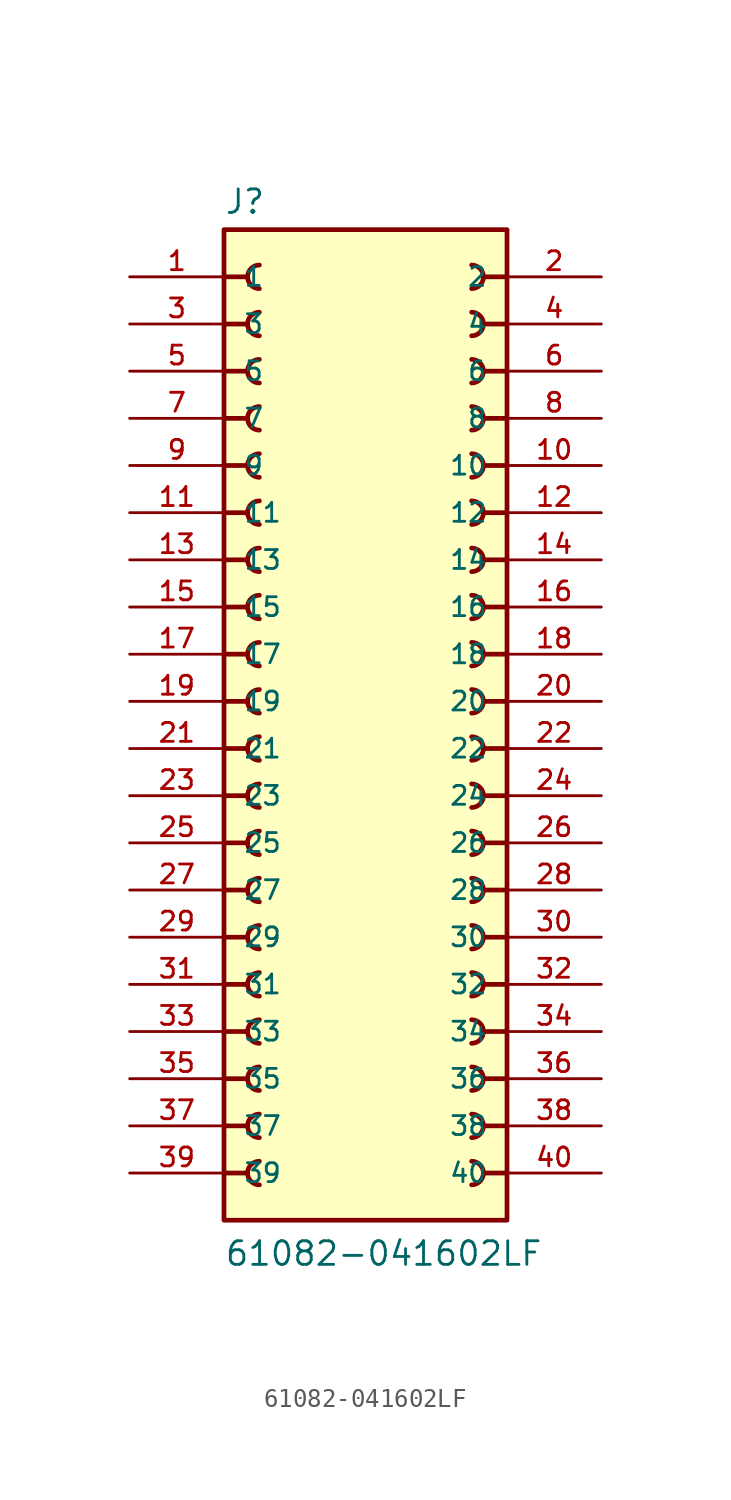
<source format=kicad_sym>
(kicad_symbol_lib
  (version 20211014)
  (generator kicad_symbol_editor)
  (symbol "61082-041602LF"
    (pin_names
      (offset 1.016))
    (property "Reference" "J"
      (at -7.62 26.162 0)
      (effects (font (size 1.27 1.27)) (justify bottom left)))
    (property "Value" "61082-041602LF"
      (at -7.62 -30.48 0)
      (effects (font (size 1.27 1.27)) (justify bottom left)))
    (symbol "61082-041602LF_0_0"
      (polyline (pts (xy 7.62 22.86) (xy 6.35 22.86)) (stroke (width 0.254)))
      (arc (start 5.715 22.225) (mid 6.35 22.86) (end 5.715 23.495) (stroke (width 0.254) (type default) (color 0 0 0 0)) (fill (type none)))
      (polyline (pts (xy 7.62 20.32) (xy 6.35 20.32)) (stroke (width 0.254)))
      (arc (start 5.715 19.685) (mid 6.35 20.32) (end 5.715 20.955) (stroke (width 0.254) (type default) (color 0 0 0 0)) (fill (type none)))
      (polyline (pts (xy 7.62 17.78) (xy 6.35 17.78)) (stroke (width 0.254)))
      (arc (start 5.715 17.145) (mid 6.35 17.78) (end 5.715 18.415) (stroke (width 0.254) (type default) (color 0 0 0 0)) (fill (type none)))
      (polyline (pts (xy 7.62 15.24) (xy 6.35 15.24)) (stroke (width 0.254)))
      (arc (start 5.715 14.605) (mid 6.35 15.24) (end 5.715 15.875) (stroke (width 0.254) (type default) (color 0 0 0 0)) (fill (type none)))
      (polyline (pts (xy 7.62 12.7) (xy 6.35 12.7)) (stroke (width 0.254)))
      (arc (start 5.715 12.065) (mid 6.35 12.7) (end 5.715 13.335) (stroke (width 0.254) (type default) (color 0 0 0 0)) (fill (type none)))
      (polyline (pts (xy 7.62 10.16) (xy 6.35 10.16)) (stroke (width 0.254)))
      (arc (start 5.715 9.525) (mid 6.35 10.16) (end 5.715 10.795) (stroke (width 0.254) (type default) (color 0 0 0 0)) (fill (type none)))
      (polyline (pts (xy 7.62 7.62) (xy 6.35 7.62)) (stroke (width 0.254)))
      (arc (start 5.715 6.985) (mid 6.35 7.62) (end 5.715 8.255) (stroke (width 0.254) (type default) (color 0 0 0 0)) (fill (type none)))
      (polyline (pts (xy 7.62 5.08) (xy 6.35 5.08)) (stroke (width 0.254)))
      (arc (start 5.715 4.445) (mid 6.35 5.08) (end 5.715 5.715) (stroke (width 0.254) (type default) (color 0 0 0 0)) (fill (type none)))
      (polyline (pts (xy 7.62 2.54) (xy 6.35 2.54)) (stroke (width 0.254)))
      (arc (start 5.715 1.905) (mid 6.35 2.54) (end 5.715 3.175) (stroke (width 0.254) (type default) (color 0 0 0 0)) (fill (type none)))
      (polyline (pts (xy 7.62 0.0) (xy 6.35 0.0)) (stroke (width 0.254)))
      (arc (start 5.715 -0.635) (mid 6.35 0.0) (end 5.715 0.635) (stroke (width 0.254) (type default) (color 0 0 0 0)) (fill (type none)))
      (polyline (pts (xy -7.62 0.0) (xy -6.35 0.0)) (stroke (width 0.254)))
      (arc (start -5.715 0.635) (mid -6.35 -0.0) (end -5.715 -0.635) (stroke (width 0.254) (type default) (color 0 0 0 0)) (fill (type none)))
      (polyline (pts (xy -7.62 2.54) (xy -6.35 2.54)) (stroke (width 0.254)))
      (arc (start -5.715 3.175) (mid -6.35 2.54) (end -5.715 1.905) (stroke (width 0.254) (type default) (color 0 0 0 0)) (fill (type none)))
      (polyline (pts (xy -7.62 5.08) (xy -6.35 5.08)) (stroke (width 0.254)))
      (arc (start -5.715 5.715) (mid -6.35 5.08) (end -5.715 4.445) (stroke (width 0.254) (type default) (color 0 0 0 0)) (fill (type none)))
      (polyline (pts (xy -7.62 7.62) (xy -6.35 7.62)) (stroke (width 0.254)))
      (arc (start -5.715 8.255) (mid -6.35 7.62) (end -5.715 6.985) (stroke (width 0.254) (type default) (color 0 0 0 0)) (fill (type none)))
      (polyline (pts (xy -7.62 10.16) (xy -6.35 10.16)) (stroke (width 0.254)))
      (arc (start -5.715 10.795) (mid -6.35 10.16) (end -5.715 9.525) (stroke (width 0.254) (type default) (color 0 0 0 0)) (fill (type none)))
      (polyline (pts (xy -7.62 12.7) (xy -6.35 12.7)) (stroke (width 0.254)))
      (arc (start -5.715 13.335) (mid -6.35 12.7) (end -5.715 12.065) (stroke (width 0.254) (type default) (color 0 0 0 0)) (fill (type none)))
      (polyline (pts (xy -7.62 15.24) (xy -6.35 15.24)) (stroke (width 0.254)))
      (arc (start -5.715 15.875) (mid -6.35 15.24) (end -5.715 14.605) (stroke (width 0.254) (type default) (color 0 0 0 0)) (fill (type none)))
      (polyline (pts (xy -7.62 17.78) (xy -6.35 17.78)) (stroke (width 0.254)))
      (arc (start -5.715 18.415) (mid -6.35 17.78) (end -5.715 17.145) (stroke (width 0.254) (type default) (color 0 0 0 0)) (fill (type none)))
      (polyline (pts (xy -7.62 20.32) (xy -6.35 20.32)) (stroke (width 0.254)))
      (arc (start -5.715 20.955) (mid -6.35 20.32) (end -5.715 19.685) (stroke (width 0.254) (type default) (color 0 0 0 0)) (fill (type none)))
      (polyline (pts (xy -7.62 22.86) (xy -6.35 22.86)) (stroke (width 0.254)))
      (arc (start -5.715 23.495) (mid -6.35 22.86) (end -5.715 22.225) (stroke (width 0.254) (type default) (color 0 0 0 0)) (fill (type none)))
      (polyline (pts (xy -7.62 -25.4) (xy -6.35 -25.4)) (stroke (width 0.254)))
      (arc (start -5.715 -24.765) (mid -6.35 -25.4) (end -5.715 -26.035) (stroke (width 0.254) (type default) (color 0 0 0 0)) (fill (type none)))
      (polyline (pts (xy -7.62 -22.86) (xy -6.35 -22.86)) (stroke (width 0.254)))
      (arc (start -5.715 -22.225) (mid -6.35 -22.86) (end -5.715 -23.495) (stroke (width 0.254) (type default) (color 0 0 0 0)) (fill (type none)))
      (polyline (pts (xy -7.62 -20.32) (xy -6.35 -20.32)) (stroke (width 0.254)))
      (arc (start -5.715 -19.685) (mid -6.35 -20.32) (end -5.715 -20.955) (stroke (width 0.254) (type default) (color 0 0 0 0)) (fill (type none)))
      (polyline (pts (xy -7.62 -17.78) (xy -6.35 -17.78)) (stroke (width 0.254)))
      (arc (start -5.715 -17.145) (mid -6.35 -17.78) (end -5.715 -18.415) (stroke (width 0.254) (type default) (color 0 0 0 0)) (fill (type none)))
      (polyline (pts (xy -7.62 -15.24) (xy -6.35 -15.24)) (stroke (width 0.254)))
      (arc (start -5.715 -14.605) (mid -6.35 -15.24) (end -5.715 -15.875) (stroke (width 0.254) (type default) (color 0 0 0 0)) (fill (type none)))
      (polyline (pts (xy -7.62 -12.7) (xy -6.35 -12.7)) (stroke (width 0.254)))
      (arc (start -5.715 -12.065) (mid -6.35 -12.7) (end -5.715 -13.335) (stroke (width 0.254) (type default) (color 0 0 0 0)) (fill (type none)))
      (polyline (pts (xy -7.62 -10.16) (xy -6.35 -10.16)) (stroke (width 0.254)))
      (arc (start -5.715 -9.525) (mid -6.35 -10.16) (end -5.715 -10.795) (stroke (width 0.254) (type default) (color 0 0 0 0)) (fill (type none)))
      (polyline (pts (xy -7.62 -7.62) (xy -6.35 -7.62)) (stroke (width 0.254)))
      (arc (start -5.715 -6.985) (mid -6.35 -7.62) (end -5.715 -8.255) (stroke (width 0.254) (type default) (color 0 0 0 0)) (fill (type none)))
      (polyline (pts (xy -7.62 -5.08) (xy -6.35 -5.08)) (stroke (width 0.254)))
      (arc (start -5.715 -4.445) (mid -6.35 -5.08) (end -5.715 -5.715) (stroke (width 0.254) (type default) (color 0 0 0 0)) (fill (type none)))
      (polyline (pts (xy -7.62 -2.54) (xy -6.35 -2.54)) (stroke (width 0.254)))
      (arc (start -5.715 -1.905) (mid -6.35 -2.54) (end -5.715 -3.175) (stroke (width 0.254) (type default) (color 0 0 0 0)) (fill (type none)))
      (polyline (pts (xy 7.62 -2.54) (xy 6.35 -2.54)) (stroke (width 0.254)))
      (arc (start 5.715 -3.175) (mid 6.35 -2.54) (end 5.715 -1.905) (stroke (width 0.254) (type default) (color 0 0 0 0)) (fill (type none)))
      (polyline (pts (xy 7.62 -5.08) (xy 6.35 -5.08)) (stroke (width 0.254)))
      (arc (start 5.715 -5.715) (mid 6.35 -5.08) (end 5.715 -4.445) (stroke (width 0.254) (type default) (color 0 0 0 0)) (fill (type none)))
      (polyline (pts (xy 7.62 -7.62) (xy 6.35 -7.62)) (stroke (width 0.254)))
      (arc (start 5.715 -8.255) (mid 6.35 -7.62) (end 5.715 -6.985) (stroke (width 0.254) (type default) (color 0 0 0 0)) (fill (type none)))
      (polyline (pts (xy 7.62 -10.16) (xy 6.35 -10.16)) (stroke (width 0.254)))
      (arc (start 5.715 -10.795) (mid 6.35 -10.16) (end 5.715 -9.525) (stroke (width 0.254) (type default) (color 0 0 0 0)) (fill (type none)))
      (polyline (pts (xy 7.62 -12.7) (xy 6.35 -12.7)) (stroke (width 0.254)))
      (arc (start 5.715 -13.335) (mid 6.35 -12.7) (end 5.715 -12.065) (stroke (width 0.254) (type default) (color 0 0 0 0)) (fill (type none)))
      (polyline (pts (xy 7.62 -15.24) (xy 6.35 -15.24)) (stroke (width 0.254)))
      (arc (start 5.715 -15.875) (mid 6.35 -15.24) (end 5.715 -14.605) (stroke (width 0.254) (type default) (color 0 0 0 0)) (fill (type none)))
      (polyline (pts (xy 7.62 -17.78) (xy 6.35 -17.78)) (stroke (width 0.254)))
      (arc (start 5.715 -18.415) (mid 6.35 -17.78) (end 5.715 -17.145) (stroke (width 0.254) (type default) (color 0 0 0 0)) (fill (type none)))
      (polyline (pts (xy 7.62 -20.32) (xy 6.35 -20.32)) (stroke (width 0.254)))
      (arc (start 5.715 -20.955) (mid 6.35 -20.32) (end 5.715 -19.685) (stroke (width 0.254) (type default) (color 0 0 0 0)) (fill (type none)))
      (polyline (pts (xy 7.62 -22.86) (xy 6.35 -22.86)) (stroke (width 0.254)))
      (arc (start 5.715 -23.495) (mid 6.35 -22.86) (end 5.715 -22.225) (stroke (width 0.254) (type default) (color 0 0 0 0)) (fill (type none)))
      (polyline (pts (xy 7.62 -25.4) (xy 6.35 -25.4)) (stroke (width 0.254)))
      (arc (start 5.715 -26.035) (mid 6.35 -25.4) (end 5.715 -24.765) (stroke (width 0.254) (type default) (color 0 0 0 0)) (fill (type none)))
      (rectangle (start -7.62 -27.94) (end 7.62 25.4) (stroke (width 0.254)) (fill (type background)))
      (pin passive line (at -12.7 22.86 0) (length 5.08) (name "1" (effects (font (size 1.016 1.016)))) (number "1" (effects (font (size 1.016 1.016)))))
      (pin passive line (at 12.7 22.86 180.0) (length 5.08) (name "2" (effects (font (size 1.016 1.016)))) (number "2" (effects (font (size 1.016 1.016)))))
      (pin passive line (at -12.7 20.32 0) (length 5.08) (name "3" (effects (font (size 1.016 1.016)))) (number "3" (effects (font (size 1.016 1.016)))))
      (pin passive line (at 12.7 20.32 180.0) (length 5.08) (name "4" (effects (font (size 1.016 1.016)))) (number "4" (effects (font (size 1.016 1.016)))))
      (pin passive line (at -12.7 17.78 0) (length 5.08) (name "5" (effects (font (size 1.016 1.016)))) (number "5" (effects (font (size 1.016 1.016)))))
      (pin passive line (at 12.7 17.78 180.0) (length 5.08) (name "6" (effects (font (size 1.016 1.016)))) (number "6" (effects (font (size 1.016 1.016)))))
      (pin passive line (at -12.7 15.24 0) (length 5.08) (name "7" (effects (font (size 1.016 1.016)))) (number "7" (effects (font (size 1.016 1.016)))))
      (pin passive line (at 12.7 15.24 180.0) (length 5.08) (name "8" (effects (font (size 1.016 1.016)))) (number "8" (effects (font (size 1.016 1.016)))))
      (pin passive line (at -12.7 12.7 0) (length 5.08) (name "9" (effects (font (size 1.016 1.016)))) (number "9" (effects (font (size 1.016 1.016)))))
      (pin passive line (at 12.7 12.7 180.0) (length 5.08) (name "10" (effects (font (size 1.016 1.016)))) (number "10" (effects (font (size 1.016 1.016)))))
      (pin passive line (at -12.7 10.16 0) (length 5.08) (name "11" (effects (font (size 1.016 1.016)))) (number "11" (effects (font (size 1.016 1.016)))))
      (pin passive line (at 12.7 10.16 180.0) (length 5.08) (name "12" (effects (font (size 1.016 1.016)))) (number "12" (effects (font (size 1.016 1.016)))))
      (pin passive line (at -12.7 7.62 0) (length 5.08) (name "13" (effects (font (size 1.016 1.016)))) (number "13" (effects (font (size 1.016 1.016)))))
      (pin passive line (at 12.7 7.62 180.0) (length 5.08) (name "14" (effects (font (size 1.016 1.016)))) (number "14" (effects (font (size 1.016 1.016)))))
      (pin passive line (at -12.7 5.08 0) (length 5.08) (name "15" (effects (font (size 1.016 1.016)))) (number "15" (effects (font (size 1.016 1.016)))))
      (pin passive line (at 12.7 5.08 180.0) (length 5.08) (name "16" (effects (font (size 1.016 1.016)))) (number "16" (effects (font (size 1.016 1.016)))))
      (pin passive line (at -12.7 2.54 0) (length 5.08) (name "17" (effects (font (size 1.016 1.016)))) (number "17" (effects (font (size 1.016 1.016)))))
      (pin passive line (at 12.7 2.54 180.0) (length 5.08) (name "18" (effects (font (size 1.016 1.016)))) (number "18" (effects (font (size 1.016 1.016)))))
      (pin passive line (at -12.7 0.0 0) (length 5.08) (name "19" (effects (font (size 1.016 1.016)))) (number "19" (effects (font (size 1.016 1.016)))))
      (pin passive line (at 12.7 0.0 180.0) (length 5.08) (name "20" (effects (font (size 1.016 1.016)))) (number "20" (effects (font (size 1.016 1.016)))))
      (pin passive line (at -12.7 -2.54 0) (length 5.08) (name "21" (effects (font (size 1.016 1.016)))) (number "21" (effects (font (size 1.016 1.016)))))
      (pin passive line (at 12.7 -2.54 180.0) (length 5.08) (name "22" (effects (font (size 1.016 1.016)))) (number "22" (effects (font (size 1.016 1.016)))))
      (pin passive line (at -12.7 -5.08 0) (length 5.08) (name "23" (effects (font (size 1.016 1.016)))) (number "23" (effects (font (size 1.016 1.016)))))
      (pin passive line (at 12.7 -5.08 180.0) (length 5.08) (name "24" (effects (font (size 1.016 1.016)))) (number "24" (effects (font (size 1.016 1.016)))))
      (pin passive line (at -12.7 -7.62 0) (length 5.08) (name "25" (effects (font (size 1.016 1.016)))) (number "25" (effects (font (size 1.016 1.016)))))
      (pin passive line (at 12.7 -7.62 180.0) (length 5.08) (name "26" (effects (font (size 1.016 1.016)))) (number "26" (effects (font (size 1.016 1.016)))))
      (pin passive line (at -12.7 -10.16 0) (length 5.08) (name "27" (effects (font (size 1.016 1.016)))) (number "27" (effects (font (size 1.016 1.016)))))
      (pin passive line (at 12.7 -10.16 180.0) (length 5.08) (name "28" (effects (font (size 1.016 1.016)))) (number "28" (effects (font (size 1.016 1.016)))))
      (pin passive line (at -12.7 -12.7 0) (length 5.08) (name "29" (effects (font (size 1.016 1.016)))) (number "29" (effects (font (size 1.016 1.016)))))
      (pin passive line (at 12.7 -12.7 180.0) (length 5.08) (name "30" (effects (font (size 1.016 1.016)))) (number "30" (effects (font (size 1.016 1.016)))))
      (pin passive line (at -12.7 -15.24 0) (length 5.08) (name "31" (effects (font (size 1.016 1.016)))) (number "31" (effects (font (size 1.016 1.016)))))
      (pin passive line (at 12.7 -15.24 180.0) (length 5.08) (name "32" (effects (font (size 1.016 1.016)))) (number "32" (effects (font (size 1.016 1.016)))))
      (pin passive line (at -12.7 -17.78 0) (length 5.08) (name "33" (effects (font (size 1.016 1.016)))) (number "33" (effects (font (size 1.016 1.016)))))
      (pin passive line (at 12.7 -17.78 180.0) (length 5.08) (name "34" (effects (font (size 1.016 1.016)))) (number "34" (effects (font (size 1.016 1.016)))))
      (pin passive line (at -12.7 -20.32 0) (length 5.08) (name "35" (effects (font (size 1.016 1.016)))) (number "35" (effects (font (size 1.016 1.016)))))
      (pin passive line (at 12.7 -20.32 180.0) (length 5.08) (name "36" (effects (font (size 1.016 1.016)))) (number "36" (effects (font (size 1.016 1.016)))))
      (pin passive line (at -12.7 -22.86 0) (length 5.08) (name "37" (effects (font (size 1.016 1.016)))) (number "37" (effects (font (size 1.016 1.016)))))
      (pin passive line (at 12.7 -22.86 180.0) (length 5.08) (name "38" (effects (font (size 1.016 1.016)))) (number "38" (effects (font (size 1.016 1.016)))))
      (pin passive line (at -12.7 -25.4 0) (length 5.08) (name "39" (effects (font (size 1.016 1.016)))) (number "39" (effects (font (size 1.016 1.016)))))
      (pin passive line (at 12.7 -25.4 180.0) (length 5.08) (name "40" (effects (font (size 1.016 1.016)))) (number "40" (effects (font (size 1.016 1.016))))))))
</source>
